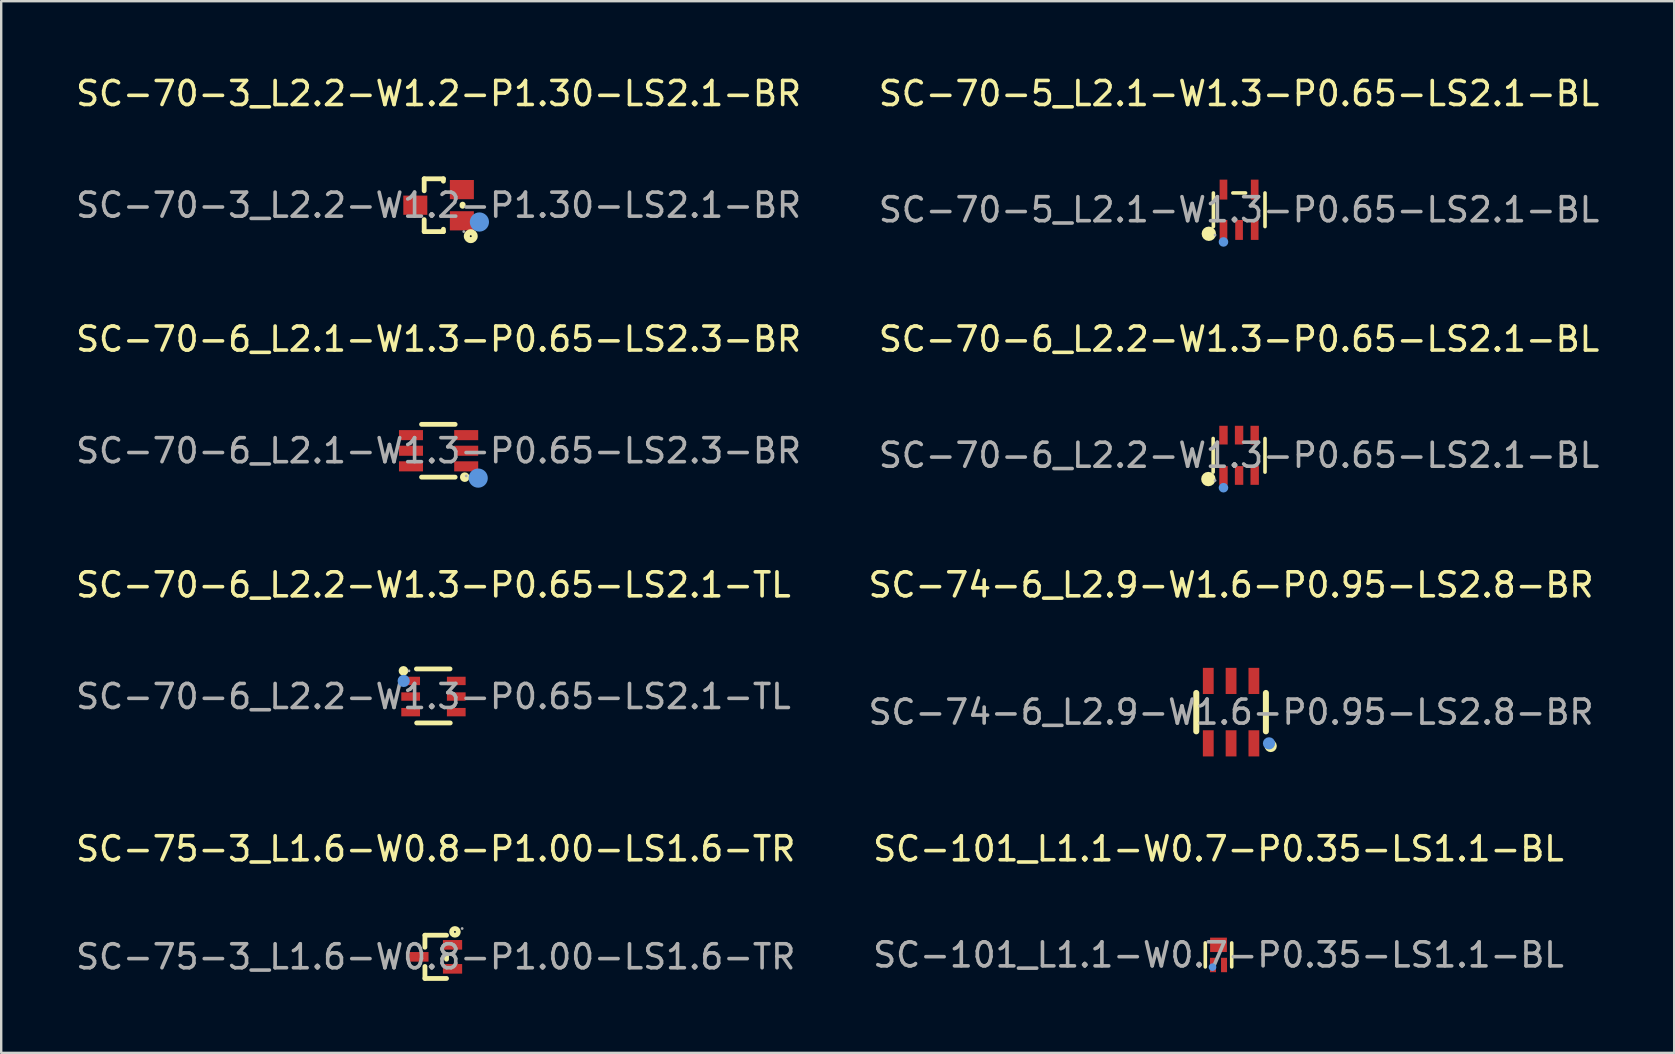
<source format=kicad_pcb>
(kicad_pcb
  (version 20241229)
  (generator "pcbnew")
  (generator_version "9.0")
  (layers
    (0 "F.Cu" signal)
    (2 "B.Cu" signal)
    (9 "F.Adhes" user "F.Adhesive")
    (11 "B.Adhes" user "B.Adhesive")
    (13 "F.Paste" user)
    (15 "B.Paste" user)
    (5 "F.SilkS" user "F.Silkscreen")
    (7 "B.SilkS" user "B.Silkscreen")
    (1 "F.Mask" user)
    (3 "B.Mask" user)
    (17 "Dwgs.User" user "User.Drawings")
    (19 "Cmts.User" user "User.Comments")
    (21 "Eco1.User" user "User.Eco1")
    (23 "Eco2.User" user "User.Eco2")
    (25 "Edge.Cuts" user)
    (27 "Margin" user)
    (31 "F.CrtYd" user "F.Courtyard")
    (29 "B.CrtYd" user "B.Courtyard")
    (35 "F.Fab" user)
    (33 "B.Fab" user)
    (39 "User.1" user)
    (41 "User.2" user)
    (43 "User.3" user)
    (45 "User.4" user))
  (footprint "SC-74-6_L2.9-W1.6-P0.95-LS2.8-BR"
    (layer "F.Cu")
    (at 48.232 26.615)
    (property "Reference" "SC-74-6_L2.9-W1.6-P0.95-LS2.8-BR" (at 0 -5.3 0) (layer "F.SilkS") (effects (font (size 1 1) (thickness 0.15))))
    (attr through_hole)
    (fp_line (start -1.45 -0.8) (end -1.45 0.8) (stroke (width 0.25) (type solid)) (layer "F.SilkS"))
    (fp_line (start 1.45 -0.8) (end 1.45 0.8) (stroke (width 0.25) (type solid)) (layer "F.SilkS"))
    (fp_circle (center 1.65 1.41) (end 1.78 1.41) (stroke (width 0.25) (type solid)) (fill no) (layer "F.SilkS"))
    (fp_circle (center 1.58 1.3) (end 1.71 1.3) (stroke (width 0.25) (type solid)) (fill no) (layer "Cmts.User"))
    (fp_circle (center 1.45 1.4) (end 1.48 1.4) (stroke (width 0.06) (type solid)) (fill no) (layer "F.Fab"))
    (fp_text user "${REFERENCE}" (at 0 0 0) (layer "F.Fab") (effects (font (size 1 1) (thickness 0.15))))
    (pad "1" smd rect (at 0.95 1.3 180) (size 0.45 1.09) (layers "F.Cu" "F.Mask" "F.Paste"))
    (pad "2" smd rect (at 0 1.3 180) (size 0.45 1.09) (layers "F.Cu" "F.Mask" "F.Paste"))
    (pad "3" smd rect (at -0.95 1.3 180) (size 0.45 1.09) (layers "F.Cu" "F.Mask" "F.Paste"))
    (pad "4" smd rect (at -0.95 -1.3 180) (size 0.45 1.09) (layers "F.Cu" "F.Mask" "F.Paste"))
    (pad "5" smd rect (at 0 -1.3 180) (size 0.45 1.09) (layers "F.Cu" "F.Mask" "F.Paste"))
    (pad "6" smd rect (at 0.95 -1.3 180) (size 0.45 1.09) (layers "F.Cu" "F.Mask" "F.Paste")))
  (footprint "SC-101_L1.1-W0.7-P0.35-LS1.1-BL"
    (layer "F.Cu")
    (at 47.708 36.728)
    (property "Reference" "SC-101_L1.1-W0.7-P0.35-LS1.1-BL" (at 0 -4.42 0) (layer "F.SilkS") (effects (font (size 1 1) (thickness 0.15))))
    (attr through_hole)
    (fp_line (start -0.55 0.5) (end -0.55 -0.5) (stroke (width 0.15) (type solid)) (layer "F.SilkS"))
    (fp_line (start 0.55 0.5) (end 0.55 -0.5) (stroke (width 0.15) (type solid)) (layer "F.SilkS"))
    (fp_circle (center -0.25 0.51) (end -0.17 0.51) (stroke (width 0.16) (type solid)) (fill no) (layer "Cmts.User"))
    (fp_circle (center -0.3 0.5) (end -0.27 0.5) (stroke (width 0.06) (type solid)) (fill no) (layer "F.Fab"))
    (fp_text user "${REFERENCE}" (at 0 0 0) (layer "F.Fab") (effects (font (size 1 1) (thickness 0.15))))
    (pad "1" smd rect (at -0.23 0.42) (size 0.25 0.6) (layers "F.Cu" "F.Mask" "F.Paste"))
    (pad "2" smd rect (at 0.23 0.42) (size 0.25 0.6) (layers "F.Cu" "F.Mask" "F.Paste"))
    (pad "3" smd rect (at 0 -0.42) (size 0.7 0.6) (layers "F.Cu" "F.Mask" "F.Paste")))
  (footprint "SC-70-6_L2.2-W1.3-P0.65-LS2.1-BL"
    (layer "F.Cu")
    (at 48.565 15.916)
    (property "Reference" "SC-70-6_L2.2-W1.3-P0.65-LS2.1-BL" (at 0 -4.84 0) (layer "F.SilkS") (effects (font (size 1 1) (thickness 0.15))))
    (attr through_hole)
    (fp_line (start -1.08 0.7) (end -1.08 -0.7) (stroke (width 0.15) (type solid)) (layer "F.SilkS"))
    (fp_line (start 1.08 0.7) (end 1.08 -0.7) (stroke (width 0.15) (type solid)) (layer "F.SilkS"))
    (fp_circle (center -1.28 0.99) (end -1.13 0.99) (stroke (width 0.3) (type solid)) (fill no) (layer "F.SilkS"))
    (fp_circle (center -0.65 1.35) (end -0.55 1.35) (stroke (width 0.2) (type solid)) (fill no) (layer "Cmts.User"))
    (fp_circle (center -1 1.05) (end -0.97 1.05) (stroke (width 0.06) (type solid)) (fill no) (layer "F.Fab"))
    (fp_text user "${REFERENCE}" (at 0 0 0) (layer "F.Fab") (effects (font (size 1 1) (thickness 0.15))))
    (pad "1" smd rect (at -0.65 0.84) (size 0.35 0.78) (layers "F.Cu" "F.Mask" "F.Paste"))
    (pad "2" smd rect (at 0 0.84) (size 0.35 0.78) (layers "F.Cu" "F.Mask" "F.Paste"))
    (pad "3" smd rect (at 0.65 0.84) (size 0.35 0.78) (layers "F.Cu" "F.Mask" "F.Paste"))
    (pad "4" smd rect (at 0.65 -0.84) (size 0.35 0.78) (layers "F.Cu" "F.Mask" "F.Paste"))
    (pad "5" smd rect (at 0 -0.84) (size 0.35 0.78) (layers "F.Cu" "F.Mask" "F.Paste"))
    (pad "6" smd rect (at -0.65 -0.84) (size 0.35 0.78) (layers "F.Cu" "F.Mask" "F.Paste")))
  (footprint "SC-75-3_L1.6-W0.8-P1.00-LS1.6-TR"
    (layer "F.Cu")
    (at 15.101 36.808)
    (property "Reference" "SC-75-3_L1.6-W0.8-P1.00-LS1.6-TR" (at 0 -4.5 0) (layer "F.SilkS") (effects (font (size 1 1) (thickness 0.15))))
    (attr through_hole)
    (fp_line (start -0.45 -0.9) (end 0.45 -0.9) (stroke (width 0.2) (type solid)) (layer "F.SilkS"))
    (fp_line (start -0.45 -0.4) (end -0.45 -0.9) (stroke (width 0.2) (type solid)) (layer "F.SilkS"))
    (fp_line (start -0.45 0.9) (end -0.45 0.4) (stroke (width 0.2) (type solid)) (layer "F.SilkS"))
    (fp_line (start -0.45 0.9) (end 0.45 0.9) (stroke (width 0.2) (type solid)) (layer "F.SilkS"))
    (fp_line (start 0.45 0.1) (end 0.45 -0.1) (stroke (width 0.2) (type solid)) (layer "F.SilkS"))
    (fp_circle (center 0.8 -1.04) (end 0.84 -1.04) (stroke (width 0.2) (type solid)) (fill no) (layer "F.SilkS"))
    (fp_circle (center 1.1 -1.18) (end 1.13 -1.18) (stroke (width 0.06) (type solid)) (fill no) (layer "F.Fab"))
    (fp_text user "${REFERENCE}" (at 0 0 0) (layer "F.Fab") (effects (font (size 1 1) (thickness 0.15))))
    (pad "1" smd rect (at 0.7 -0.5 90) (size 0.4 0.8) (layers "F.Cu" "F.Mask" "F.Paste"))
    (pad "2" smd rect (at 0.7 0.5 90) (size 0.4 0.8) (layers "F.Cu" "F.Mask" "F.Paste"))
    (pad "3" smd rect (at -0.7 0 90) (size 0.4 0.8) (layers "F.Cu" "F.Mask" "F.Paste")))
  (footprint "SC-70-5_L2.1-W1.3-P0.65-LS2.1-BL"
    (layer "F.Cu")
    (at 48.565 5.688)
    (property "Reference" "SC-70-5_L2.1-W1.3-P0.65-LS2.1-BL" (at 0 -4.84 0) (layer "F.SilkS") (effects (font (size 1 1) (thickness 0.15))))
    (attr through_hole)
    (fp_line (start -1.07 0.7) (end -1.07 -0.7) (stroke (width 0.15) (type solid)) (layer "F.SilkS"))
    (fp_line (start 0.27 -0.7) (end -0.26 -0.7) (stroke (width 0.15) (type solid)) (layer "F.SilkS"))
    (fp_line (start 1.08 0.7) (end 1.08 -0.7) (stroke (width 0.15) (type solid)) (layer "F.SilkS"))
    (fp_circle (center -1.26 1) (end -1.11 1) (stroke (width 0.3) (type solid)) (fill no) (layer "F.SilkS"))
    (fp_circle (center -0.65 1.34) (end -0.55 1.34) (stroke (width 0.2) (type solid)) (fill no) (layer "Cmts.User"))
    (fp_circle (center -1 1.05) (end -0.97 1.05) (stroke (width 0.06) (type solid)) (fill no) (layer "F.Fab"))
    (fp_text user "${REFERENCE}" (at 0 0 0) (layer "F.Fab") (effects (font (size 1 1) (thickness 0.15))))
    (pad "1" smd rect (at -0.65 0.84) (size 0.32 0.83) (layers "F.Cu" "F.Mask" "F.Paste"))
    (pad "2" smd rect (at 0 0.84) (size 0.32 0.83) (layers "F.Cu" "F.Mask" "F.Paste"))
    (pad "3" smd rect (at 0.65 0.84) (size 0.32 0.83) (layers "F.Cu" "F.Mask" "F.Paste"))
    (pad "4" smd rect (at 0.65 -0.84) (size 0.32 0.83) (layers "F.Cu" "F.Mask" "F.Paste"))
    (pad "5" smd rect (at -0.65 -0.84) (size 0.32 0.83) (layers "F.Cu" "F.Mask" "F.Paste")))
  (footprint "SC-70-3_L2.2-W1.2-P1.30-LS2.1-BR"
    (layer "F.Cu")
    (at 15.22 5.498)
    (property "Reference" "SC-70-3_L2.2-W1.2-P1.30-LS2.1-BR" (at 0 -4.65 0) (layer "F.SilkS") (effects (font (size 1 1) (thickness 0.15))))
    (attr through_hole)
    (fp_line (start -0.6 -1.1) (end -0.6 -0.6) (stroke (width 0.2) (type solid)) (layer "F.SilkS"))
    (fp_line (start -0.6 1.1) (end -0.6 0.6) (stroke (width 0.2) (type solid)) (layer "F.SilkS"))
    (fp_line (start 0.2 -1.1) (end -0.6 -1.1) (stroke (width 0.2) (type solid)) (layer "F.SilkS"))
    (fp_line (start 0.2 -1) (end 0.2 -1.1) (stroke (width 0.2) (type solid)) (layer "F.SilkS"))
    (fp_line (start 0.2 1) (end 0.2 1.1) (stroke (width 0.2) (type solid)) (layer "F.SilkS"))
    (fp_line (start 0.2 1.1) (end -0.6 1.1) (stroke (width 0.2) (type solid)) (layer "F.SilkS"))
    (fp_line (start 1 0.02) (end 1 -0.02) (stroke (width 0.25) (type solid)) (layer "F.SilkS"))
    (fp_circle (center 1.34 1.29) (end 1.38 1.29) (stroke (width 0.25) (type solid)) (fill no) (layer "F.SilkS"))
    (fp_circle (center 1.7 0.7) (end 1.9 0.7) (stroke (width 0.4) (type solid)) (fill no) (layer "Cmts.User"))
    (fp_circle (center 1.05 1.1) (end 1.08 1.1) (stroke (width 0.06) (type solid)) (fill no) (layer "F.Fab"))
    (fp_text user "${REFERENCE}" (at 0 0 0) (layer "F.Fab") (effects (font (size 1 1) (thickness 0.15))))
    (pad "1" smd rect (at 0.97 0.65 90) (size 0.8 1) (layers "F.Cu" "F.Mask" "F.Paste"))
    (pad "2" smd rect (at 0.97 -0.65 90) (size 0.8 1) (layers "F.Cu" "F.Mask" "F.Paste"))
    (pad "3" smd rect (at -0.97 0 90) (size 0.8 1) (layers "F.Cu" "F.Mask" "F.Paste")))
  (footprint "SC-70-6_L2.1-W1.3-P0.65-LS2.3-BR"
    (layer "F.Cu")
    (at 15.22 15.726)
    (property "Reference" "SC-70-6_L2.1-W1.3-P0.65-LS2.3-BR" (at 0 -4.65 0) (layer "F.SilkS") (effects (font (size 1 1) (thickness 0.15))))
    (attr through_hole)
    (fp_line (start -0.71 -1.1) (end 0.69 -1.1) (stroke (width 0.2) (type solid)) (layer "F.SilkS"))
    (fp_line (start -0.71 1.1) (end 0.69 1.1) (stroke (width 0.2) (type solid)) (layer "F.SilkS"))
    (fp_arc (start 1.09 1.1) (mid 1.09 1.1) (end 1.09 1.1) (stroke (width 0.2) (type solid)) (layer "F.SilkS"))
    (fp_circle (center 1.65 1.14) (end 1.85 1.14) (stroke (width 0.4) (type solid)) (fill no) (layer "Cmts.User"))
    (fp_circle (center 1.15 1.05) (end 1.18 1.05) (stroke (width 0.06) (type solid)) (fill no) (layer "F.Fab"))
    (fp_text user "${REFERENCE}" (at 0 0 0) (layer "F.Fab") (effects (font (size 1 1) (thickness 0.15))))
    (pad "1" smd rect (at 1.15 0.65 90) (size 0.42 1) (layers "F.Cu" "F.Mask" "F.Paste"))
    (pad "2" smd rect (at 1.15 0 90) (size 0.42 1) (layers "F.Cu" "F.Mask" "F.Paste"))
    (pad "3" smd rect (at 1.15 -0.65 90) (size 0.42 1) (layers "F.Cu" "F.Mask" "F.Paste"))
    (pad "4" smd rect (at -1.15 -0.65 270) (size 0.42 1) (layers "F.Cu" "F.Mask" "F.Paste"))
    (pad "5" smd rect (at -1.15 0 270) (size 0.42 1) (layers "F.Cu" "F.Mask" "F.Paste"))
    (pad "6" smd rect (at -1.15 0.65 270) (size 0.42 1) (layers "F.Cu" "F.Mask" "F.Paste")))
  (footprint "SC-70-6_L2.2-W1.3-P0.65-LS2.1-TL"
    (layer "F.Cu")
    (at 15.006 25.965)
    (property "Reference" "SC-70-6_L2.2-W1.3-P0.65-LS2.1-TL" (at 0 -4.65 0) (layer "F.SilkS") (effects (font (size 1 1) (thickness 0.15))))
    (attr through_hole)
    (fp_line (start 0.69 -1.15) (end -0.71 -1.15) (stroke (width 0.2) (type solid)) (layer "F.SilkS"))
    (fp_line (start 0.7 1.1) (end -0.7 1.1) (stroke (width 0.2) (type solid)) (layer "F.SilkS"))
    (fp_arc (start -1.25 -1.07) (mid -1.25 -1.07) (end -1.25 -1.07) (stroke (width 0.2) (type solid)) (layer "F.SilkS"))
    (fp_circle (center -1.24 -0.65) (end -1.11 -0.65) (stroke (width 0.25) (type solid)) (fill no) (layer "Cmts.User"))
    (fp_circle (center -1.02 -1.07) (end -0.99 -1.07) (stroke (width 0.06) (type solid)) (fill no) (layer "F.Fab"))
    (fp_text user "${REFERENCE}" (at 0 0 0) (layer "F.Fab") (effects (font (size 1 1) (thickness 0.15))))
    (pad "1" smd rect (at -0.95 -0.65 270) (size 0.35 0.78) (layers "F.Cu" "F.Mask" "F.Paste"))
    (pad "2" smd rect (at -0.95 0 270) (size 0.35 0.78) (layers "F.Cu" "F.Mask" "F.Paste"))
    (pad "3" smd rect (at -0.95 0.65 270) (size 0.35 0.78) (layers "F.Cu" "F.Mask" "F.Paste"))
    (pad "4" smd rect (at 0.95 0.65 90) (size 0.35 0.78) (layers "F.Cu" "F.Mask" "F.Paste"))
    (pad "5" smd rect (at 0.95 0 90) (size 0.35 0.78) (layers "F.Cu" "F.Mask" "F.Paste"))
    (pad "6" smd rect (at 0.95 -0.65 90) (size 0.35 0.78) (layers "F.Cu" "F.Mask" "F.Paste")))
  (gr_rect
    (start -3 -3)
    (end 66.69 40.808)
    (stroke (width 0.1) (type default))
    (fill no)
    (layer "Edge.Cuts")))
</source>
